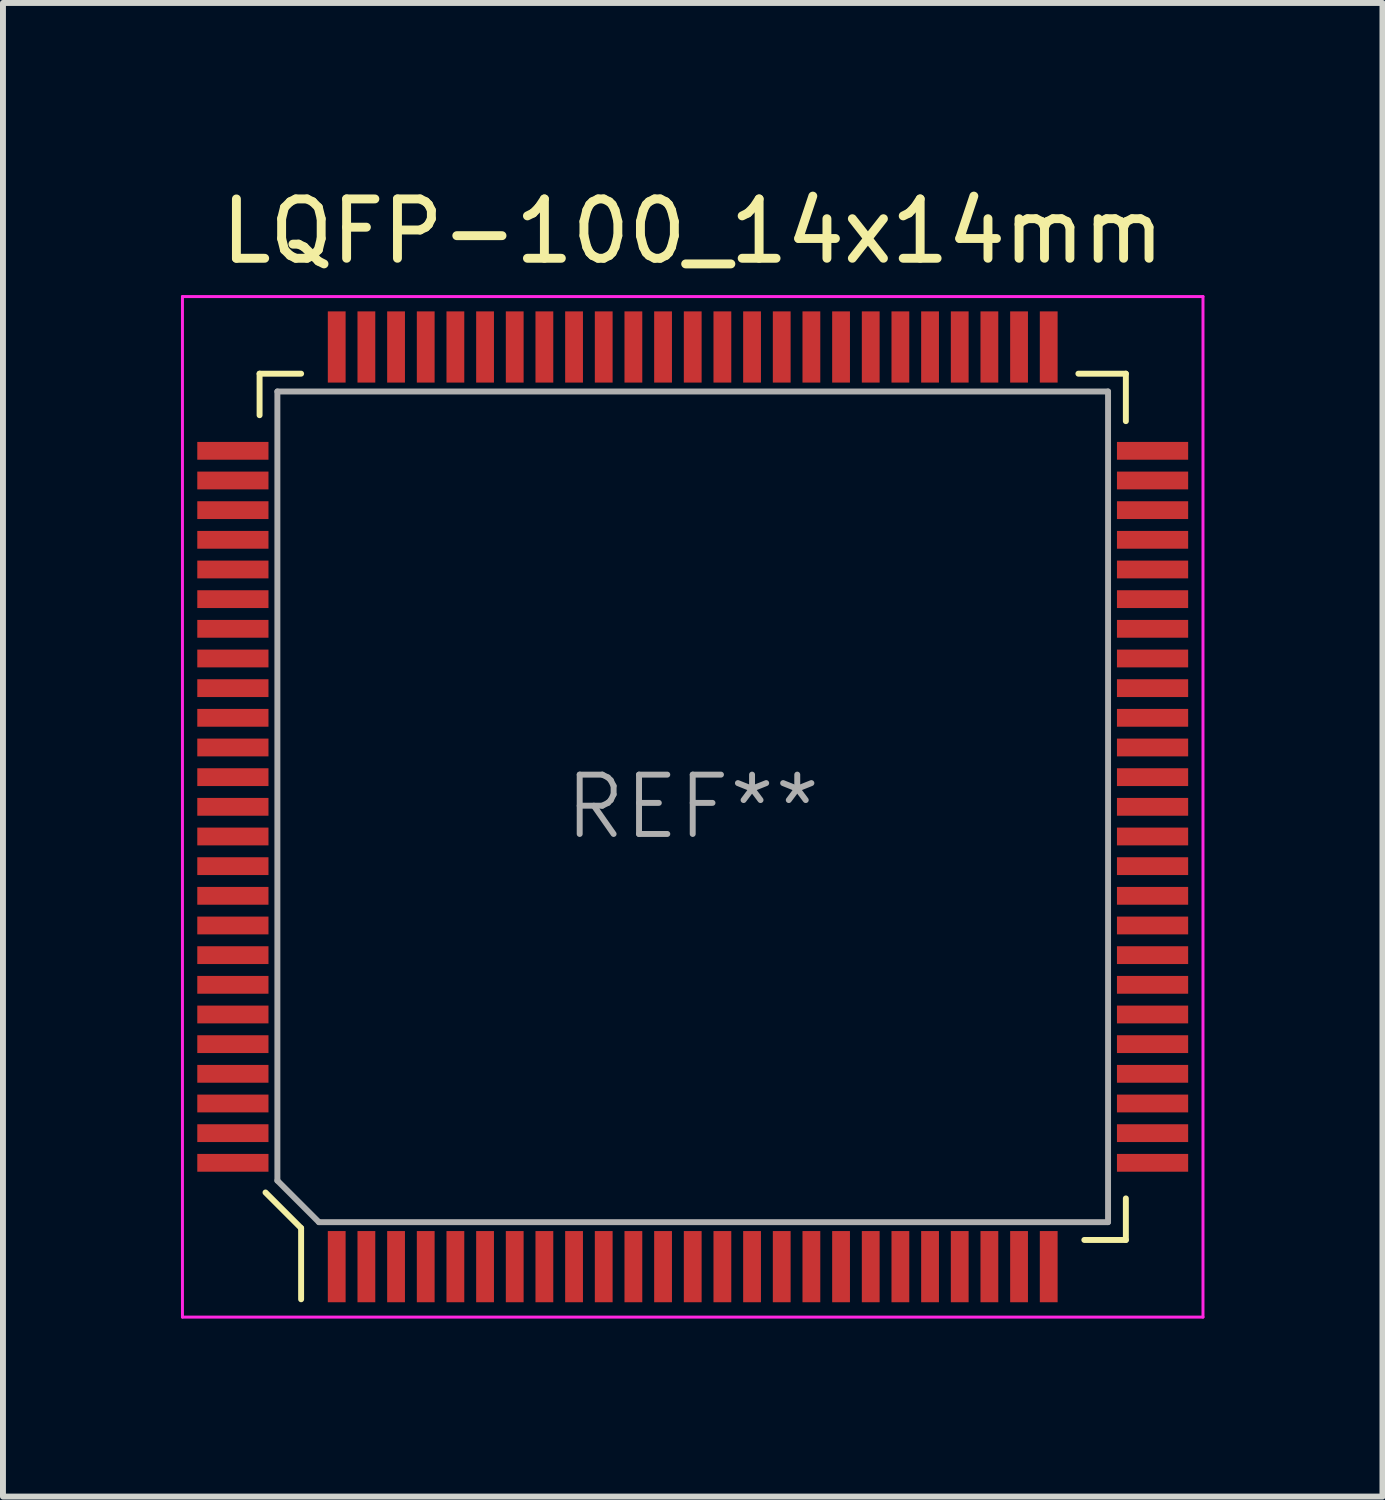
<source format=kicad_pcb>
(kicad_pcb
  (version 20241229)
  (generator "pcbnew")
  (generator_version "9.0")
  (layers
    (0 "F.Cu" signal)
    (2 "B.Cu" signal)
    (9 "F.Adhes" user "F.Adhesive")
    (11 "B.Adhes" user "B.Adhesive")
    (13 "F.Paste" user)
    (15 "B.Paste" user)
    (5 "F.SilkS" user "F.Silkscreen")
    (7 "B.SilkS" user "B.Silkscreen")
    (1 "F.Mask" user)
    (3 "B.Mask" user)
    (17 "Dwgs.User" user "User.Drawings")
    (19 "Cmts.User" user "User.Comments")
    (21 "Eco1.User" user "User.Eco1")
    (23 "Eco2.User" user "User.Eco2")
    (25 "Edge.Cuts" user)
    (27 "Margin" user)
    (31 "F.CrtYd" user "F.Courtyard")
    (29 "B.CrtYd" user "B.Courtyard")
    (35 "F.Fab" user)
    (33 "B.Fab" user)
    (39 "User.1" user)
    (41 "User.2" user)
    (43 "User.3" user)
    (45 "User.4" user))
  (footprint "LQFP-100_14x14mm"
    (layer "F.Cu")
    (at 8.625 10.548)
    (property "Reference" "LQFP-100_14x14mm" (at 0 -9.7 0) (layer "F.SilkS") (effects (font (size 1 1) (thickness 0.15))))
    (attr smd)
    (fp_line (start -7.3 -7.3) (end -7.3 -6.6) (stroke (width 0.1) (type solid)) (layer "F.SilkS"))
    (fp_line (start -7.2 6.5) (end -6.6 7.1) (stroke (width 0.1) (type solid)) (layer "F.SilkS"))
    (fp_line (start -6.6 -7.3) (end -7.3 -7.3) (stroke (width 0.1) (type solid)) (layer "F.SilkS"))
    (fp_line (start -6.6 7.1) (end -6.6 8.3) (stroke (width 0.1) (type solid)) (layer "F.SilkS"))
    (fp_line (start 6.5 -7.3) (end 7.3 -7.3) (stroke (width 0.1) (type solid)) (layer "F.SilkS"))
    (fp_line (start 7.3 -7.3) (end 7.3 -6.5) (stroke (width 0.1) (type solid)) (layer "F.SilkS"))
    (fp_line (start 7.3 6.6) (end 7.3 7.3) (stroke (width 0.1) (type solid)) (layer "F.SilkS"))
    (fp_line (start 7.3 7.3) (end 6.6 7.3) (stroke (width 0.1) (type solid)) (layer "F.SilkS"))
    (fp_line (start -8.6 -8.6) (end -8.6 8.6) (stroke (width 0.05) (type solid)) (layer "F.CrtYd"))
    (fp_line (start -8.6 -8.6) (end 8.6 -8.6) (stroke (width 0.05) (type solid)) (layer "F.CrtYd"))
    (fp_line (start -8.6 8.6) (end 8.6 8.6) (stroke (width 0.05) (type solid)) (layer "F.CrtYd"))
    (fp_line (start 8.6 -8.6) (end 8.6 8.6) (stroke (width 0.05) (type solid)) (layer "F.CrtYd"))
    (fp_line (start -7 -7) (end 7 -7) (stroke (width 0.1) (type solid)) (layer "F.Fab"))
    (fp_line (start -7 6.3) (end -7 -7) (stroke (width 0.1) (type solid)) (layer "F.Fab"))
    (fp_line (start -7 6.3) (end -6.3 7) (stroke (width 0.1) (type solid)) (layer "F.Fab"))
    (fp_line (start -6.3 7) (end 7 7) (stroke (width 0.1) (type solid)) (layer "F.Fab"))
    (fp_line (start 7 -7) (end 7 7) (stroke (width 0.1) (type solid)) (layer "F.Fab"))
    (fp_text user "REF**" (at 0 0 0) (layer "F.Fab") (effects (font (size 1 1) (thickness 0.1))))
    (pad "1" smd rect (at -6 7.75) (size 0.3 1.2) (layers "F.Cu" "F.Mask" "F.Paste"))
    (pad "2" smd rect (at -5.5 7.75) (size 0.3 1.2) (layers "F.Cu" "F.Mask" "F.Paste"))
    (pad "3" smd rect (at -5 7.75) (size 0.3 1.2) (layers "F.Cu" "F.Mask" "F.Paste"))
    (pad "4" smd rect (at -4.5 7.75) (size 0.3 1.2) (layers "F.Cu" "F.Mask" "F.Paste"))
    (pad "5" smd rect (at -4 7.75) (size 0.3 1.2) (layers "F.Cu" "F.Mask" "F.Paste"))
    (pad "6" smd rect (at -3.5 7.75) (size 0.3 1.2) (layers "F.Cu" "F.Mask" "F.Paste"))
    (pad "7" smd rect (at -3 7.75) (size 0.3 1.2) (layers "F.Cu" "F.Mask" "F.Paste"))
    (pad "8" smd rect (at -2.5 7.75) (size 0.3 1.2) (layers "F.Cu" "F.Mask" "F.Paste"))
    (pad "9" smd rect (at -2 7.75) (size 0.3 1.2) (layers "F.Cu" "F.Mask" "F.Paste"))
    (pad "10" smd rect (at -1.5 7.75) (size 0.3 1.2) (layers "F.Cu" "F.Mask" "F.Paste"))
    (pad "11" smd rect (at -1 7.75) (size 0.3 1.2) (layers "F.Cu" "F.Mask" "F.Paste"))
    (pad "12" smd rect (at -0.5 7.75) (size 0.3 1.2) (layers "F.Cu" "F.Mask" "F.Paste"))
    (pad "13" smd rect (at 0 7.75) (size 0.3 1.2) (layers "F.Cu" "F.Mask" "F.Paste"))
    (pad "14" smd rect (at 0.5 7.75) (size 0.3 1.2) (layers "F.Cu" "F.Mask" "F.Paste"))
    (pad "15" smd rect (at 1 7.75) (size 0.3 1.2) (layers "F.Cu" "F.Mask" "F.Paste"))
    (pad "16" smd rect (at 1.5 7.75) (size 0.3 1.2) (layers "F.Cu" "F.Mask" "F.Paste"))
    (pad "17" smd rect (at 2 7.75) (size 0.3 1.2) (layers "F.Cu" "F.Mask" "F.Paste"))
    (pad "18" smd rect (at 2.5 7.75) (size 0.3 1.2) (layers "F.Cu" "F.Mask" "F.Paste"))
    (pad "19" smd rect (at 3 7.75) (size 0.3 1.2) (layers "F.Cu" "F.Mask" "F.Paste"))
    (pad "20" smd rect (at 3.5 7.75) (size 0.3 1.2) (layers "F.Cu" "F.Mask" "F.Paste"))
    (pad "21" smd rect (at 4 7.75) (size 0.3 1.2) (layers "F.Cu" "F.Mask" "F.Paste"))
    (pad "22" smd rect (at 4.5 7.75) (size 0.3 1.2) (layers "F.Cu" "F.Mask" "F.Paste"))
    (pad "23" smd rect (at 5 7.75) (size 0.3 1.2) (layers "F.Cu" "F.Mask" "F.Paste"))
    (pad "24" smd rect (at 5.5 7.75) (size 0.3 1.2) (layers "F.Cu" "F.Mask" "F.Paste"))
    (pad "25" smd rect (at 6 7.75) (size 0.3 1.2) (layers "F.Cu" "F.Mask" "F.Paste"))
    (pad "26" smd rect (at 7.75 6) (size 1.2 0.3) (layers "F.Cu" "F.Mask" "F.Paste"))
    (pad "27" smd rect (at 7.75 5.5) (size 1.2 0.3) (layers "F.Cu" "F.Mask" "F.Paste"))
    (pad "28" smd rect (at 7.75 5) (size 1.2 0.3) (layers "F.Cu" "F.Mask" "F.Paste"))
    (pad "29" smd rect (at 7.75 4.5) (size 1.2 0.3) (layers "F.Cu" "F.Mask" "F.Paste"))
    (pad "30" smd rect (at 7.75 4) (size 1.2 0.3) (layers "F.Cu" "F.Mask" "F.Paste"))
    (pad "31" smd rect (at 7.75 3.5) (size 1.2 0.3) (layers "F.Cu" "F.Mask" "F.Paste"))
    (pad "32" smd rect (at 7.75 3) (size 1.2 0.3) (layers "F.Cu" "F.Mask" "F.Paste"))
    (pad "33" smd rect (at 7.75 2.5) (size 1.2 0.3) (layers "F.Cu" "F.Mask" "F.Paste"))
    (pad "34" smd rect (at 7.75 2) (size 1.2 0.3) (layers "F.Cu" "F.Mask" "F.Paste"))
    (pad "35" smd rect (at 7.75 1.5) (size 1.2 0.3) (layers "F.Cu" "F.Mask" "F.Paste"))
    (pad "36" smd rect (at 7.75 1) (size 1.2 0.3) (layers "F.Cu" "F.Mask" "F.Paste"))
    (pad "37" smd rect (at 7.75 0.5) (size 1.2 0.3) (layers "F.Cu" "F.Mask" "F.Paste"))
    (pad "38" smd rect (at 7.75 0) (size 1.2 0.3) (layers "F.Cu" "F.Mask" "F.Paste"))
    (pad "39" smd rect (at 7.75 -0.5) (size 1.2 0.3) (layers "F.Cu" "F.Mask" "F.Paste"))
    (pad "40" smd rect (at 7.75 -1) (size 1.2 0.3) (layers "F.Cu" "F.Mask" "F.Paste"))
    (pad "41" smd rect (at 7.75 -1.5) (size 1.2 0.3) (layers "F.Cu" "F.Mask" "F.Paste"))
    (pad "42" smd rect (at 7.75 -2) (size 1.2 0.3) (layers "F.Cu" "F.Mask" "F.Paste"))
    (pad "43" smd rect (at 7.75 -2.5) (size 1.2 0.3) (layers "F.Cu" "F.Mask" "F.Paste"))
    (pad "44" smd rect (at 7.75 -3) (size 1.2 0.3) (layers "F.Cu" "F.Mask" "F.Paste"))
    (pad "45" smd rect (at 7.75 -3.5) (size 1.2 0.3) (layers "F.Cu" "F.Mask" "F.Paste"))
    (pad "46" smd rect (at 7.75 -4) (size 1.2 0.3) (layers "F.Cu" "F.Mask" "F.Paste"))
    (pad "47" smd rect (at 7.75 -4.5) (size 1.2 0.3) (layers "F.Cu" "F.Mask" "F.Paste"))
    (pad "48" smd rect (at 7.75 -5) (size 1.2 0.3) (layers "F.Cu" "F.Mask" "F.Paste"))
    (pad "49" smd rect (at 7.75 -5.5) (size 1.2 0.3) (layers "F.Cu" "F.Mask" "F.Paste"))
    (pad "50" smd rect (at 7.75 -6) (size 1.2 0.3) (layers "F.Cu" "F.Mask" "F.Paste"))
    (pad "51" smd rect (at 6 -7.75) (size 0.3 1.2) (layers "F.Cu" "F.Mask" "F.Paste"))
    (pad "52" smd rect (at 5.5 -7.75) (size 0.3 1.2) (layers "F.Cu" "F.Mask" "F.Paste"))
    (pad "53" smd rect (at 5 -7.75) (size 0.3 1.2) (layers "F.Cu" "F.Mask" "F.Paste"))
    (pad "54" smd rect (at 4.5 -7.75) (size 0.3 1.2) (layers "F.Cu" "F.Mask" "F.Paste"))
    (pad "55" smd rect (at 4 -7.75) (size 0.3 1.2) (layers "F.Cu" "F.Mask" "F.Paste"))
    (pad "56" smd rect (at 3.5 -7.75) (size 0.3 1.2) (layers "F.Cu" "F.Mask" "F.Paste"))
    (pad "57" smd rect (at 3 -7.75) (size 0.3 1.2) (layers "F.Cu" "F.Mask" "F.Paste"))
    (pad "58" smd rect (at 2.5 -7.75) (size 0.3 1.2) (layers "F.Cu" "F.Mask" "F.Paste"))
    (pad "59" smd rect (at 2 -7.75) (size 0.3 1.2) (layers "F.Cu" "F.Mask" "F.Paste"))
    (pad "60" smd rect (at 1.5 -7.75) (size 0.3 1.2) (layers "F.Cu" "F.Mask" "F.Paste"))
    (pad "61" smd rect (at 1 -7.75) (size 0.3 1.2) (layers "F.Cu" "F.Mask" "F.Paste"))
    (pad "62" smd rect (at 0.5 -7.75) (size 0.3 1.2) (layers "F.Cu" "F.Mask" "F.Paste"))
    (pad "63" smd rect (at 0 -7.75) (size 0.3 1.2) (layers "F.Cu" "F.Mask" "F.Paste"))
    (pad "64" smd rect (at -0.5 -7.75) (size 0.3 1.2) (layers "F.Cu" "F.Mask" "F.Paste"))
    (pad "65" smd rect (at -1 -7.75) (size 0.3 1.2) (layers "F.Cu" "F.Mask" "F.Paste"))
    (pad "66" smd rect (at -1.5 -7.75) (size 0.3 1.2) (layers "F.Cu" "F.Mask" "F.Paste"))
    (pad "67" smd rect (at -2 -7.75) (size 0.3 1.2) (layers "F.Cu" "F.Mask" "F.Paste"))
    (pad "68" smd rect (at -2.5 -7.75) (size 0.3 1.2) (layers "F.Cu" "F.Mask" "F.Paste"))
    (pad "69" smd rect (at -3 -7.75) (size 0.3 1.2) (layers "F.Cu" "F.Mask" "F.Paste"))
    (pad "70" smd rect (at -3.5 -7.75) (size 0.3 1.2) (layers "F.Cu" "F.Mask" "F.Paste"))
    (pad "71" smd rect (at -4 -7.75) (size 0.3 1.2) (layers "F.Cu" "F.Mask" "F.Paste"))
    (pad "72" smd rect (at -4.5 -7.75) (size 0.3 1.2) (layers "F.Cu" "F.Mask" "F.Paste"))
    (pad "73" smd rect (at -5 -7.75) (size 0.3 1.2) (layers "F.Cu" "F.Mask" "F.Paste"))
    (pad "74" smd rect (at -5.5 -7.75) (size 0.3 1.2) (layers "F.Cu" "F.Mask" "F.Paste"))
    (pad "75" smd rect (at -6 -7.75) (size 0.3 1.2) (layers "F.Cu" "F.Mask" "F.Paste"))
    (pad "76" smd rect (at -7.75 -6) (size 1.2 0.3) (layers "F.Cu" "F.Mask" "F.Paste"))
    (pad "77" smd rect (at -7.75 -5.5) (size 1.2 0.3) (layers "F.Cu" "F.Mask" "F.Paste"))
    (pad "78" smd rect (at -7.75 -5) (size 1.2 0.3) (layers "F.Cu" "F.Mask" "F.Paste"))
    (pad "79" smd rect (at -7.75 -4.5) (size 1.2 0.3) (layers "F.Cu" "F.Mask" "F.Paste"))
    (pad "80" smd rect (at -7.75 -4) (size 1.2 0.3) (layers "F.Cu" "F.Mask" "F.Paste"))
    (pad "81" smd rect (at -7.75 -3.5) (size 1.2 0.3) (layers "F.Cu" "F.Mask" "F.Paste"))
    (pad "82" smd rect (at -7.75 -3) (size 1.2 0.3) (layers "F.Cu" "F.Mask" "F.Paste"))
    (pad "83" smd rect (at -7.75 -2.5) (size 1.2 0.3) (layers "F.Cu" "F.Mask" "F.Paste"))
    (pad "84" smd rect (at -7.75 -2) (size 1.2 0.3) (layers "F.Cu" "F.Mask" "F.Paste"))
    (pad "85" smd rect (at -7.75 -1.5) (size 1.2 0.3) (layers "F.Cu" "F.Mask" "F.Paste"))
    (pad "86" smd rect (at -7.75 -1) (size 1.2 0.3) (layers "F.Cu" "F.Mask" "F.Paste"))
    (pad "87" smd rect (at -7.75 -0.5) (size 1.2 0.3) (layers "F.Cu" "F.Mask" "F.Paste"))
    (pad "88" smd rect (at -7.75 0) (size 1.2 0.3) (layers "F.Cu" "F.Mask" "F.Paste"))
    (pad "89" smd rect (at -7.75 0.5) (size 1.2 0.3) (layers "F.Cu" "F.Mask" "F.Paste"))
    (pad "90" smd rect (at -7.75 1) (size 1.2 0.3) (layers "F.Cu" "F.Mask" "F.Paste"))
    (pad "91" smd rect (at -7.75 1.5) (size 1.2 0.3) (layers "F.Cu" "F.Mask" "F.Paste"))
    (pad "92" smd rect (at -7.75 2) (size 1.2 0.3) (layers "F.Cu" "F.Mask" "F.Paste"))
    (pad "93" smd rect (at -7.75 2.5) (size 1.2 0.3) (layers "F.Cu" "F.Mask" "F.Paste"))
    (pad "94" smd rect (at -7.75 3) (size 1.2 0.3) (layers "F.Cu" "F.Mask" "F.Paste"))
    (pad "95" smd rect (at -7.75 3.5) (size 1.2 0.3) (layers "F.Cu" "F.Mask" "F.Paste"))
    (pad "96" smd rect (at -7.75 4) (size 1.2 0.3) (layers "F.Cu" "F.Mask" "F.Paste"))
    (pad "97" smd rect (at -7.75 4.5) (size 1.2 0.3) (layers "F.Cu" "F.Mask" "F.Paste"))
    (pad "98" smd rect (at -7.75 5) (size 1.2 0.3) (layers "F.Cu" "F.Mask" "F.Paste"))
    (pad "99" smd rect (at -7.75 5.5) (size 1.2 0.3) (layers "F.Cu" "F.Mask" "F.Paste"))
    (pad "100" smd rect (at -7.75 6) (size 1.2 0.3) (layers "F.Cu" "F.Mask" "F.Paste")))
  (gr_rect
    (start -3 -3)
    (end 20.25 22.173)
    (stroke (width 0.1) (type default))
    (fill no)
    (layer "Edge.Cuts")))
</source>
